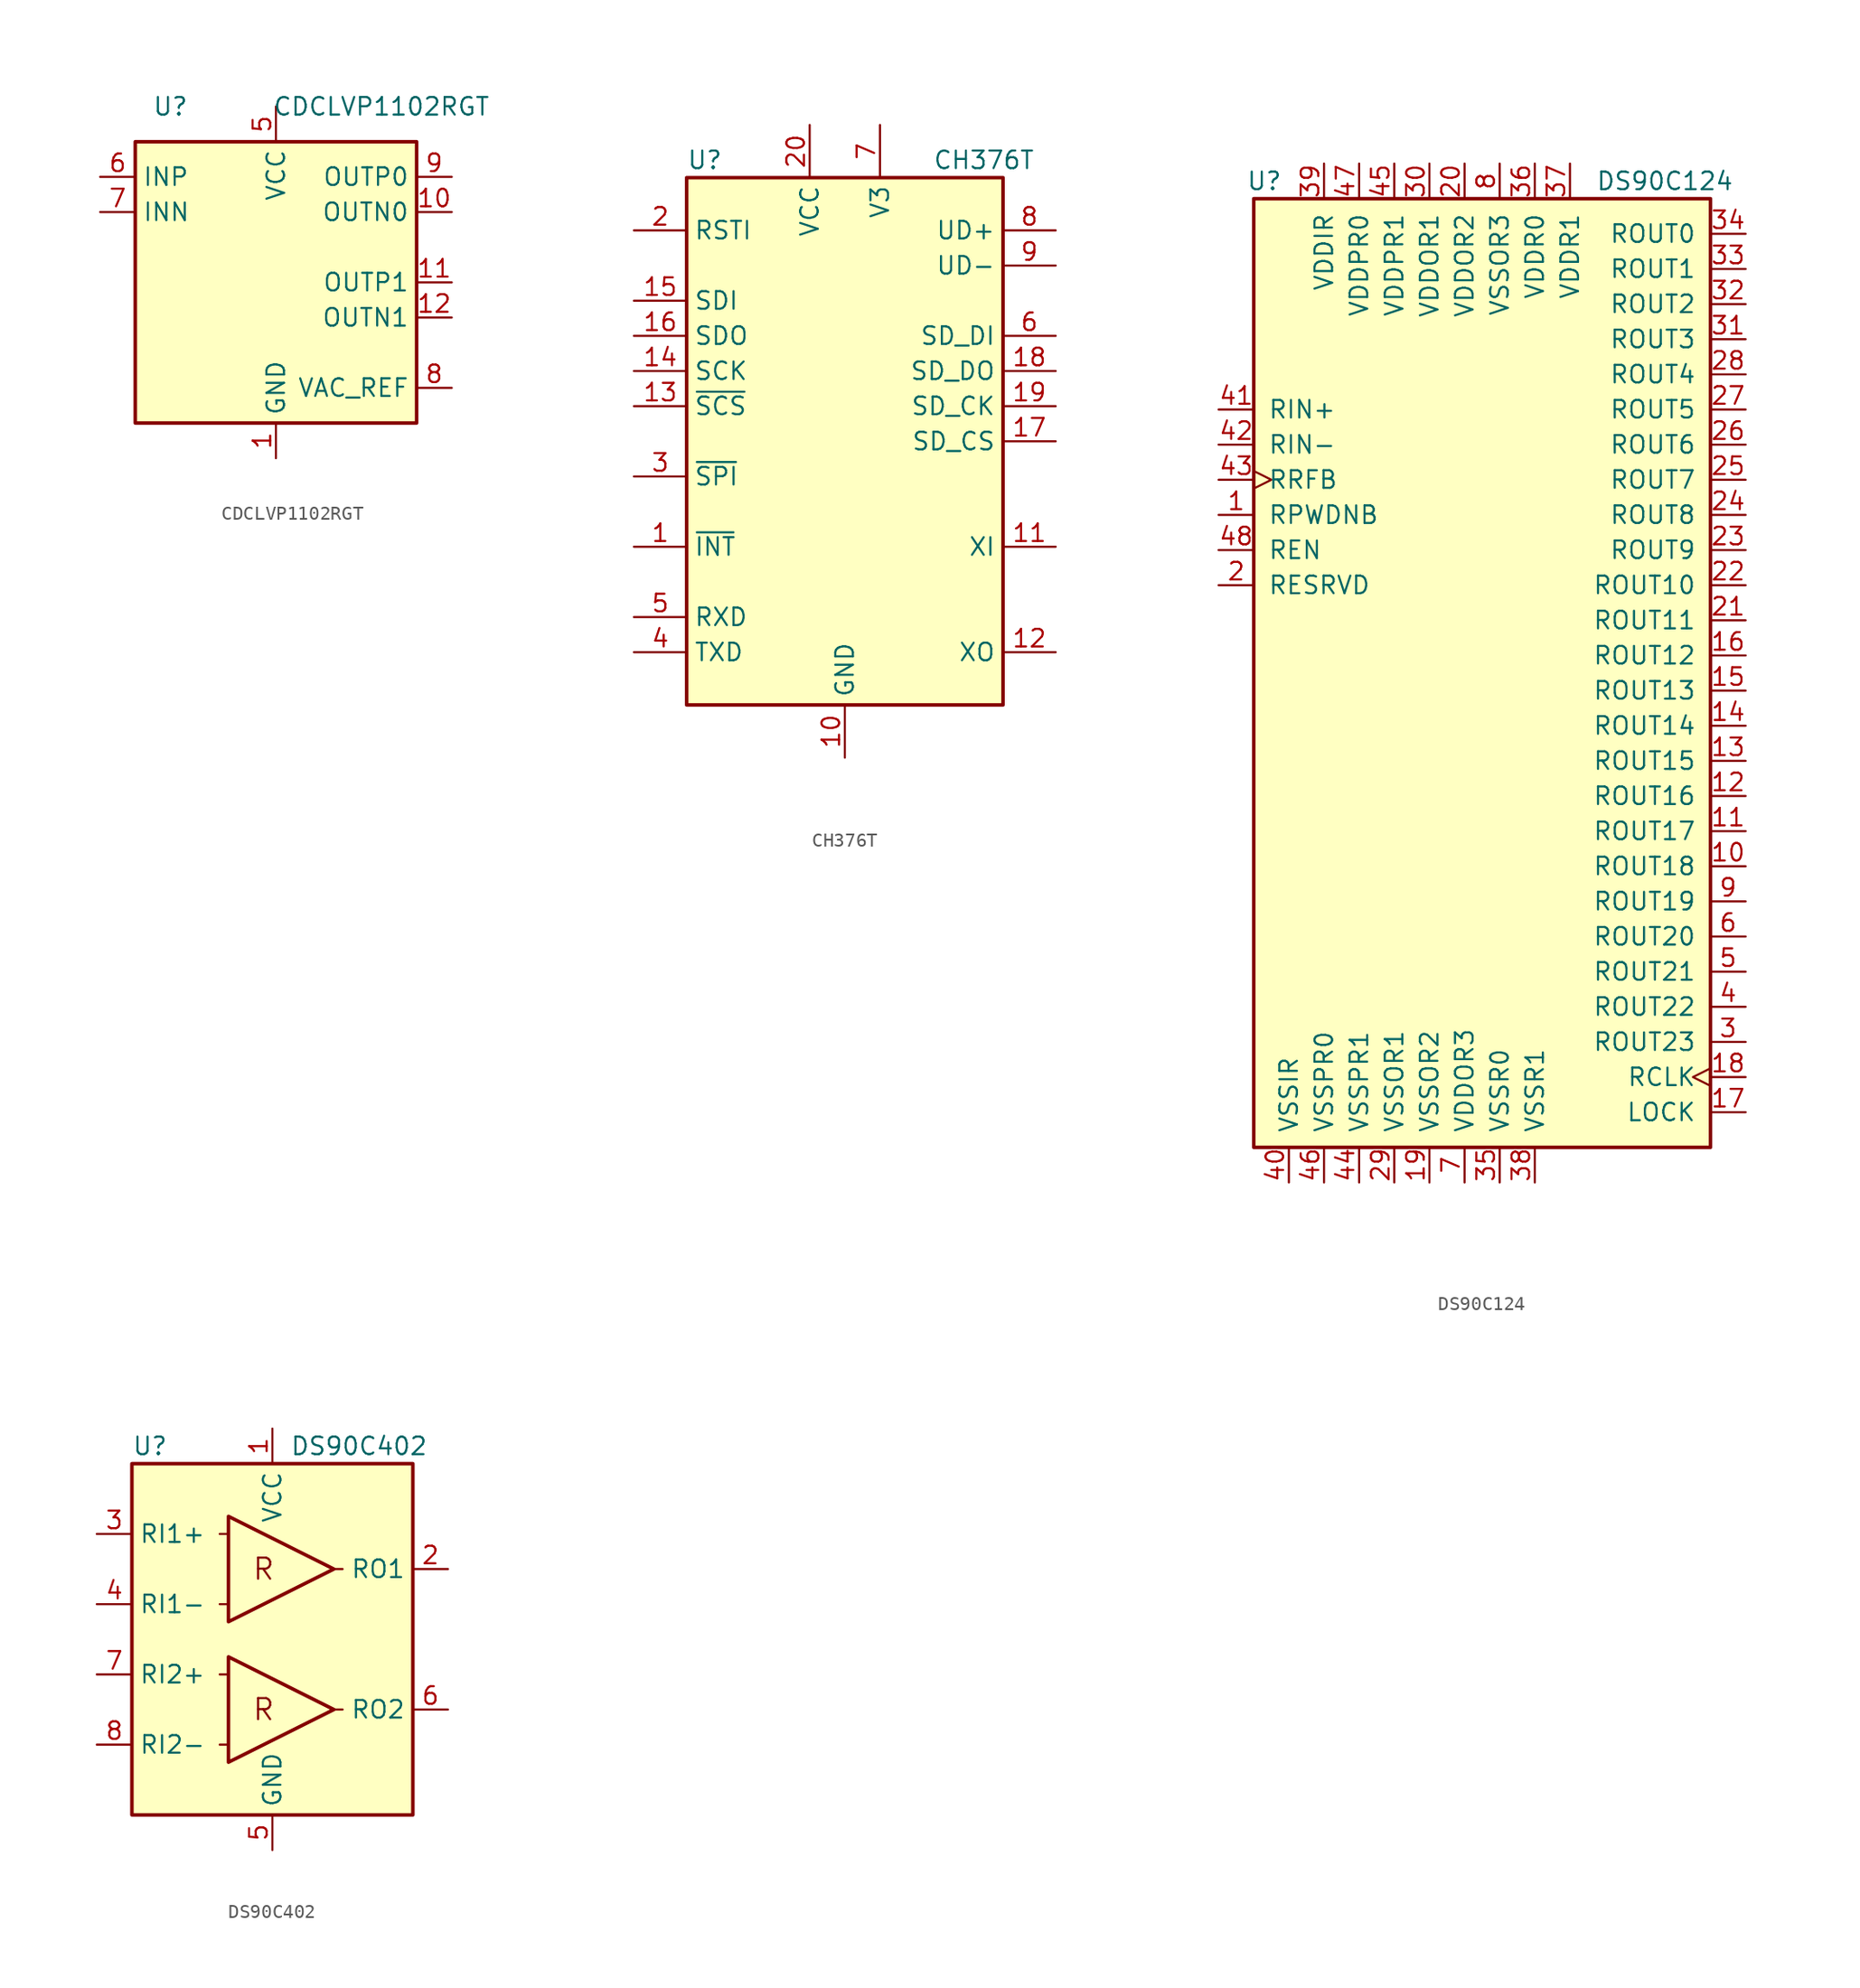
<source format=kicad_sym>
(kicad_symbol_lib
  (version 20241209)
  (generator "kicad_symbol_editor")
  (generator_version "9.0")
  (symbol "CDCLVP1102RGT"
    (property "Reference" "U"
      (at -7.62 12.7 0)
      (effects (font (size 1.27 1.27))))
    (property "Value" "CDCLVP1102RGT"
      (at 7.62 12.7 0)
      (effects (font (size 1.27 1.27))))
    (symbol "CDCLVP1102RGT_0_0"
      (pin input line (at -12.7 7.62 0) (length 2.54) (name "INP" (effects (font (size 1.27 1.27)))) (number "6" (effects (font (size 1.27 1.27)))))
      (pin input line (at -12.7 5.08 0) (length 2.54) (name "INN" (effects (font (size 1.27 1.27)))) (number "7" (effects (font (size 1.27 1.27)))))
      (pin no_connect line (at -10.16 2.54 0) (length 2.54) (hide yes) (name "NC" (effects (font (size 1.27 1.27)))) (number "2" (effects (font (size 1.27 1.27)))))
      (pin no_connect line (at -10.16 0 0) (length 2.54) (hide yes) (name "NC" (effects (font (size 1.27 1.27)))) (number "3" (effects (font (size 1.27 1.27)))))
      (pin no_connect line (at -10.16 -2.54 0) (length 2.54) (hide yes) (name "NC" (effects (font (size 1.27 1.27)))) (number "4" (effects (font (size 1.27 1.27)))))
      (pin no_connect line (at -10.16 -5.08 0) (length 2.54) (hide yes) (name "NC" (effects (font (size 1.27 1.27)))) (number "13" (effects (font (size 1.27 1.27)))))
      (pin power_in line (at 0 12.7 270) (length 2.54) (name "VCC" (effects (font (size 1.27 1.27)))) (number "5" (effects (font (size 1.27 1.27)))))
      (pin power_in line (at 0 -12.7 90) (length 2.54) (name "GND" (effects (font (size 1.27 1.27)))) (number "1" (effects (font (size 1.27 1.27)))))
      (pin passive line (at 0 -12.7 90) (length 2.54) (hide yes) (name "GND" (effects (font (size 1.27 1.27)))) (number "16" (effects (font (size 1.27 1.27)))))
      (pin passive line (at 0 -12.7 90) (length 2.54) (hide yes) (name "GND" (effects (font (size 1.27 1.27)))) (number "17" (effects (font (size 1.27 1.27)))))
      (pin no_connect line (at 10.16 2.54 180) (length 2.54) (hide yes) (name "NC" (effects (font (size 1.27 1.27)))) (number "14" (effects (font (size 1.27 1.27)))))
      (pin no_connect line (at 10.16 -5.08 180) (length 2.54) (hide yes) (name "NC" (effects (font (size 1.27 1.27)))) (number "15" (effects (font (size 1.27 1.27)))))
      (pin output line (at 12.7 7.62 180) (length 2.54) (name "OUTP0" (effects (font (size 1.27 1.27)))) (number "9" (effects (font (size 1.27 1.27)))))
      (pin output line (at 12.7 5.08 180) (length 2.54) (name "OUTN0" (effects (font (size 1.27 1.27)))) (number "10" (effects (font (size 1.27 1.27)))))
      (pin output line (at 12.7 0 180) (length 2.54) (name "OUTP1" (effects (font (size 1.27 1.27)))) (number "11" (effects (font (size 1.27 1.27)))))
      (pin output line (at 12.7 -2.54 180) (length 2.54) (name "OUTN1" (effects (font (size 1.27 1.27)))) (number "12" (effects (font (size 1.27 1.27)))))
      (pin output line (at 12.7 -7.62 180) (length 2.54) (name "VAC_REF" (effects (font (size 1.27 1.27)))) (number "8" (effects (font (size 1.27 1.27))))))
    (symbol "CDCLVP1102RGT_0_1"
      (rectangle (start -10.16 10.16) (end 10.16 -10.16) (stroke (width 0.254) (type default)) (fill (type background)))))
  (symbol "CH376T"
    (property "Reference" "U"
      (at -11.43 20.32 0)
      (effects (font (size 1.27 1.27)) (justify left)))
    (property "Value" "CH376T"
      (at 6.35 20.32 0)
      (effects (font (size 1.27 1.27)) (justify left)))
    (symbol "CH376T_0_1"
      (rectangle (start -11.43 19.05) (end 11.43 -19.05) (stroke (width 0.254) (type default)) (fill (type background))))
    (symbol "CH376T_1_1"
      (pin input line (at -15.24 15.24 0) (length 3.81) (name "RSTI" (effects (font (size 1.27 1.27)))) (number "2" (effects (font (size 1.27 1.27)))))
      (pin input line (at -15.24 10.16 0) (length 3.81) (name "SDI" (effects (font (size 1.27 1.27)))) (number "15" (effects (font (size 1.27 1.27)))))
      (pin tri_state line (at -15.24 7.62 0) (length 3.81) (name "SDO" (effects (font (size 1.27 1.27)))) (number "16" (effects (font (size 1.27 1.27)))))
      (pin input line (at -15.24 5.08 0) (length 3.81) (name "SCK" (effects (font (size 1.27 1.27)))) (number "14" (effects (font (size 1.27 1.27)))))
      (pin input line (at -15.24 2.54 0) (length 3.81) (name "~{SCS}" (effects (font (size 1.27 1.27)))) (number "13" (effects (font (size 1.27 1.27)))))
      (pin input line (at -15.24 -2.54 0) (length 3.81) (name "~{SPI}" (effects (font (size 1.27 1.27)))) (number "3" (effects (font (size 1.27 1.27)))))
      (pin output line (at -15.24 -7.62 0) (length 3.81) (name "~{INT}" (effects (font (size 1.27 1.27)))) (number "1" (effects (font (size 1.27 1.27)))))
      (pin input line (at -15.24 -12.7 0) (length 3.81) (name "RXD" (effects (font (size 1.27 1.27)))) (number "5" (effects (font (size 1.27 1.27)))))
      (pin bidirectional line (at -15.24 -15.24 0) (length 3.81) (name "TXD" (effects (font (size 1.27 1.27)))) (number "4" (effects (font (size 1.27 1.27)))))
      (pin power_in line (at -2.54 22.86 270) (length 3.81) (name "VCC" (effects (font (size 1.27 1.27)))) (number "20" (effects (font (size 1.27 1.27)))))
      (pin power_in line (at 0 -22.86 90) (length 3.81) (name "GND" (effects (font (size 1.27 1.27)))) (number "10" (effects (font (size 1.27 1.27)))))
      (pin passive line (at 2.54 22.86 270) (length 3.81) (name "V3" (effects (font (size 1.27 1.27)))) (number "7" (effects (font (size 1.27 1.27)))))
      (pin bidirectional line (at 15.24 15.24 180) (length 3.81) (name "UD+" (effects (font (size 1.27 1.27)))) (number "8" (effects (font (size 1.27 1.27)))))
      (pin bidirectional line (at 15.24 12.7 180) (length 3.81) (name "UD-" (effects (font (size 1.27 1.27)))) (number "9" (effects (font (size 1.27 1.27)))))
      (pin input line (at 15.24 7.62 180) (length 3.81) (name "SD_DI" (effects (font (size 1.27 1.27)))) (number "6" (effects (font (size 1.27 1.27)))))
      (pin output line (at 15.24 5.08 180) (length 3.81) (name "SD_DO" (effects (font (size 1.27 1.27)))) (number "18" (effects (font (size 1.27 1.27)))))
      (pin output line (at 15.24 2.54 180) (length 3.81) (name "SD_CK" (effects (font (size 1.27 1.27)))) (number "19" (effects (font (size 1.27 1.27)))))
      (pin open_collector line (at 15.24 0 180) (length 3.81) (name "SD_CS" (effects (font (size 1.27 1.27)))) (number "17" (effects (font (size 1.27 1.27)))))
      (pin input line (at 15.24 -7.62 180) (length 3.81) (name "XI" (effects (font (size 1.27 1.27)))) (number "11" (effects (font (size 1.27 1.27)))))
      (pin output line (at 15.24 -15.24 180) (length 3.81) (name "XO" (effects (font (size 1.27 1.27)))) (number "12" (effects (font (size 1.27 1.27)))))))
  (symbol "DS90C124"
    (pin_names
      (offset 1.016))
    (property "Reference" "U"
      (at -14.478 34.29 0)
      (effects (font (size 1.27 1.27))))
    (property "Value" "DS90C124"
      (at 14.478 34.29 0)
      (effects (font (size 1.27 1.27))))
    (symbol "DS90C124_0_1"
      (rectangle (start -15.24 33.02) (end 17.78 -35.56) (stroke (width 0.254) (type default)) (fill (type background))))
    (symbol "DS90C124_1_1"
      (pin input line (at -17.78 17.78 0) (length 2.54) (name "RIN+" (effects (font (size 1.27 1.27)))) (number "41" (effects (font (size 1.27 1.27)))))
      (pin input line (at -17.78 15.24 0) (length 2.54) (name "RIN-" (effects (font (size 1.27 1.27)))) (number "42" (effects (font (size 1.27 1.27)))))
      (pin input clock (at -17.78 12.7 0) (length 2.54) (name "RRFB" (effects (font (size 1.27 1.27)))) (number "43" (effects (font (size 1.27 1.27)))))
      (pin input line (at -17.78 10.16 0) (length 2.54) (name "RPWDNB" (effects (font (size 1.27 1.27)))) (number "1" (effects (font (size 1.27 1.27)))))
      (pin input line (at -17.78 7.62 0) (length 2.54) (name "REN" (effects (font (size 1.27 1.27)))) (number "48" (effects (font (size 1.27 1.27)))))
      (pin input line (at -17.78 5.08 0) (length 2.54) (name "RESRVD" (effects (font (size 1.27 1.27)))) (number "2" (effects (font (size 1.27 1.27)))))
      (pin power_in line (at -12.7 -38.1 90) (length 2.54) (name "VSSIR" (effects (font (size 1.27 1.27)))) (number "40" (effects (font (size 1.27 1.27)))))
      (pin power_in line (at -10.16 35.56 270) (length 2.54) (name "VDDIR" (effects (font (size 1.27 1.27)))) (number "39" (effects (font (size 1.27 1.27)))))
      (pin power_in line (at -10.16 -38.1 90) (length 2.54) (name "VSSPR0" (effects (font (size 1.27 1.27)))) (number "46" (effects (font (size 1.27 1.27)))))
      (pin power_in line (at -7.62 35.56 270) (length 2.54) (name "VDDPR0" (effects (font (size 1.27 1.27)))) (number "47" (effects (font (size 1.27 1.27)))))
      (pin power_in line (at -7.62 -38.1 90) (length 2.54) (name "VSSPR1" (effects (font (size 1.27 1.27)))) (number "44" (effects (font (size 1.27 1.27)))))
      (pin power_in line (at -5.08 35.56 270) (length 2.54) (name "VDDPR1" (effects (font (size 1.27 1.27)))) (number "45" (effects (font (size 1.27 1.27)))))
      (pin power_in line (at -5.08 -38.1 90) (length 2.54) (name "VSSOR1" (effects (font (size 1.27 1.27)))) (number "29" (effects (font (size 1.27 1.27)))))
      (pin power_in line (at -2.54 35.56 270) (length 2.54) (name "VDDOR1" (effects (font (size 1.27 1.27)))) (number "30" (effects (font (size 1.27 1.27)))))
      (pin power_in line (at -2.54 -38.1 90) (length 2.54) (name "VSSOR2" (effects (font (size 1.27 1.27)))) (number "19" (effects (font (size 1.27 1.27)))))
      (pin power_in line (at 0 35.56 270) (length 2.54) (name "VDDOR2" (effects (font (size 1.27 1.27)))) (number "20" (effects (font (size 1.27 1.27)))))
      (pin power_in line (at 0 -38.1 90) (length 2.54) (name "VDDOR3" (effects (font (size 1.27 1.27)))) (number "7" (effects (font (size 1.27 1.27)))))
      (pin power_in line (at 2.54 35.56 270) (length 2.54) (name "VSSOR3" (effects (font (size 1.27 1.27)))) (number "8" (effects (font (size 1.27 1.27)))))
      (pin power_in line (at 2.54 -38.1 90) (length 2.54) (name "VSSR0" (effects (font (size 1.27 1.27)))) (number "35" (effects (font (size 1.27 1.27)))))
      (pin power_in line (at 5.08 35.56 270) (length 2.54) (name "VDDR0" (effects (font (size 1.27 1.27)))) (number "36" (effects (font (size 1.27 1.27)))))
      (pin power_in line (at 5.08 -38.1 90) (length 2.54) (name "VSSR1" (effects (font (size 1.27 1.27)))) (number "38" (effects (font (size 1.27 1.27)))))
      (pin power_in line (at 7.62 35.56 270) (length 2.54) (name "VDDR1" (effects (font (size 1.27 1.27)))) (number "37" (effects (font (size 1.27 1.27)))))
      (pin output line (at 20.32 30.48 180) (length 2.54) (name "ROUT0" (effects (font (size 1.27 1.27)))) (number "34" (effects (font (size 1.27 1.27)))))
      (pin output line (at 20.32 27.94 180) (length 2.54) (name "ROUT1" (effects (font (size 1.27 1.27)))) (number "33" (effects (font (size 1.27 1.27)))))
      (pin output line (at 20.32 25.4 180) (length 2.54) (name "ROUT2" (effects (font (size 1.27 1.27)))) (number "32" (effects (font (size 1.27 1.27)))))
      (pin output line (at 20.32 22.86 180) (length 2.54) (name "ROUT3" (effects (font (size 1.27 1.27)))) (number "31" (effects (font (size 1.27 1.27)))))
      (pin output line (at 20.32 20.32 180) (length 2.54) (name "ROUT4" (effects (font (size 1.27 1.27)))) (number "28" (effects (font (size 1.27 1.27)))))
      (pin output line (at 20.32 17.78 180) (length 2.54) (name "ROUT5" (effects (font (size 1.27 1.27)))) (number "27" (effects (font (size 1.27 1.27)))))
      (pin output line (at 20.32 15.24 180) (length 2.54) (name "ROUT6" (effects (font (size 1.27 1.27)))) (number "26" (effects (font (size 1.27 1.27)))))
      (pin output line (at 20.32 12.7 180) (length 2.54) (name "ROUT7" (effects (font (size 1.27 1.27)))) (number "25" (effects (font (size 1.27 1.27)))))
      (pin output line (at 20.32 10.16 180) (length 2.54) (name "ROUT8" (effects (font (size 1.27 1.27)))) (number "24" (effects (font (size 1.27 1.27)))))
      (pin output line (at 20.32 7.62 180) (length 2.54) (name "ROUT9" (effects (font (size 1.27 1.27)))) (number "23" (effects (font (size 1.27 1.27)))))
      (pin output line (at 20.32 5.08 180) (length 2.54) (name "ROUT10" (effects (font (size 1.27 1.27)))) (number "22" (effects (font (size 1.27 1.27)))))
      (pin output line (at 20.32 2.54 180) (length 2.54) (name "ROUT11" (effects (font (size 1.27 1.27)))) (number "21" (effects (font (size 1.27 1.27)))))
      (pin output line (at 20.32 0 180) (length 2.54) (name "ROUT12" (effects (font (size 1.27 1.27)))) (number "16" (effects (font (size 1.27 1.27)))))
      (pin output line (at 20.32 -2.54 180) (length 2.54) (name "ROUT13" (effects (font (size 1.27 1.27)))) (number "15" (effects (font (size 1.27 1.27)))))
      (pin output line (at 20.32 -5.08 180) (length 2.54) (name "ROUT14" (effects (font (size 1.27 1.27)))) (number "14" (effects (font (size 1.27 1.27)))))
      (pin output line (at 20.32 -7.62 180) (length 2.54) (name "ROUT15" (effects (font (size 1.27 1.27)))) (number "13" (effects (font (size 1.27 1.27)))))
      (pin output line (at 20.32 -10.16 180) (length 2.54) (name "ROUT16" (effects (font (size 1.27 1.27)))) (number "12" (effects (font (size 1.27 1.27)))))
      (pin output line (at 20.32 -12.7 180) (length 2.54) (name "ROUT17" (effects (font (size 1.27 1.27)))) (number "11" (effects (font (size 1.27 1.27)))))
      (pin output line (at 20.32 -15.24 180) (length 2.54) (name "ROUT18" (effects (font (size 1.27 1.27)))) (number "10" (effects (font (size 1.27 1.27)))))
      (pin output line (at 20.32 -17.78 180) (length 2.54) (name "ROUT19" (effects (font (size 1.27 1.27)))) (number "9" (effects (font (size 1.27 1.27)))))
      (pin output line (at 20.32 -20.32 180) (length 2.54) (name "ROUT20" (effects (font (size 1.27 1.27)))) (number "6" (effects (font (size 1.27 1.27)))))
      (pin output line (at 20.32 -22.86 180) (length 2.54) (name "ROUT21" (effects (font (size 1.27 1.27)))) (number "5" (effects (font (size 1.27 1.27)))))
      (pin output line (at 20.32 -25.4 180) (length 2.54) (name "ROUT22" (effects (font (size 1.27 1.27)))) (number "4" (effects (font (size 1.27 1.27)))))
      (pin output line (at 20.32 -27.94 180) (length 2.54) (name "ROUT23" (effects (font (size 1.27 1.27)))) (number "3" (effects (font (size 1.27 1.27)))))
      (pin output clock (at 20.32 -30.48 180) (length 2.54) (name "RCLK" (effects (font (size 1.27 1.27)))) (number "18" (effects (font (size 1.27 1.27)))))
      (pin output line (at 20.32 -33.02 180) (length 2.54) (name "LOCK" (effects (font (size 1.27 1.27)))) (number "17" (effects (font (size 1.27 1.27)))))))
  (symbol "DS90C402"
    (property "Reference" "U"
      (at -10.16 13.97 0)
      (effects (font (size 1.27 1.27)) (justify left)))
    (property "Value" "DS90C402"
      (at 1.27 13.97 0)
      (effects (font (size 1.27 1.27)) (justify left)))
    (symbol "DS90C402_0_1"
      (rectangle (start -10.16 12.7) (end 10.16 -12.7) (stroke (width 0.254) (type default)) (fill (type background))))
    (symbol "DS90C402_1_0"
      (text "R" (at -0.635 5.08 0) (effects (font (size 1.524 1.524))))
      (text "R" (at -0.635 -5.08 0) (effects (font (size 1.524 1.524)))))
    (symbol "DS90C402_1_1"
      (polyline (pts (xy -3.81 7.62) (xy -3.175 7.62)) (stroke (width 0) (type default)) (fill (type none)))
      (polyline (pts (xy -3.81 2.54) (xy -3.175 2.54)) (stroke (width 0) (type default)) (fill (type none)))
      (polyline (pts (xy -3.81 -2.54) (xy -3.175 -2.54)) (stroke (width 0) (type default)) (fill (type none)))
      (polyline (pts (xy -3.81 -7.62) (xy -3.175 -7.62)) (stroke (width 0) (type default)) (fill (type none)))
      (polyline (pts (xy -3.175 1.27) (xy -3.175 8.89) (xy 4.445 5.08) (xy -3.175 1.27)) (stroke (width 0.254) (type default)) (fill (type none)))
      (polyline (pts (xy -3.175 -8.89) (xy -3.175 -1.27) (xy 4.445 -5.08) (xy -3.175 -8.89)) (stroke (width 0.254) (type default)) (fill (type none)))
      (polyline (pts (xy 5.08 5.08) (xy 4.445 5.08)) (stroke (width 0) (type default)) (fill (type none)))
      (polyline (pts (xy 5.08 -5.08) (xy 4.445 -5.08)) (stroke (width 0) (type default)) (fill (type none)))
      (pin input line (at -12.7 7.62 0) (length 2.54) (name "RI1+" (effects (font (size 1.27 1.27)))) (number "3" (effects (font (size 1.27 1.27)))))
      (pin input line (at -12.7 2.54 0) (length 2.54) (name "RI1-" (effects (font (size 1.27 1.27)))) (number "4" (effects (font (size 1.27 1.27)))))
      (pin input line (at -12.7 -2.54 0) (length 2.54) (name "RI2+" (effects (font (size 1.27 1.27)))) (number "7" (effects (font (size 1.27 1.27)))))
      (pin input line (at -12.7 -7.62 0) (length 2.54) (name "RI2-" (effects (font (size 1.27 1.27)))) (number "8" (effects (font (size 1.27 1.27)))))
      (pin power_in line (at 0 15.24 270) (length 2.54) (name "VCC" (effects (font (size 1.27 1.27)))) (number "1" (effects (font (size 1.27 1.27)))))
      (pin power_in line (at 0 -15.24 90) (length 2.54) (name "GND" (effects (font (size 1.27 1.27)))) (number "5" (effects (font (size 1.27 1.27)))))
      (pin output line (at 12.7 5.08 180) (length 2.54) (name "RO1" (effects (font (size 1.27 1.27)))) (number "2" (effects (font (size 1.27 1.27)))))
      (pin output line (at 12.7 -5.08 180) (length 2.54) (name "RO2" (effects (font (size 1.27 1.27)))) (number "6" (effects (font (size 1.27 1.27))))))))
</source>
